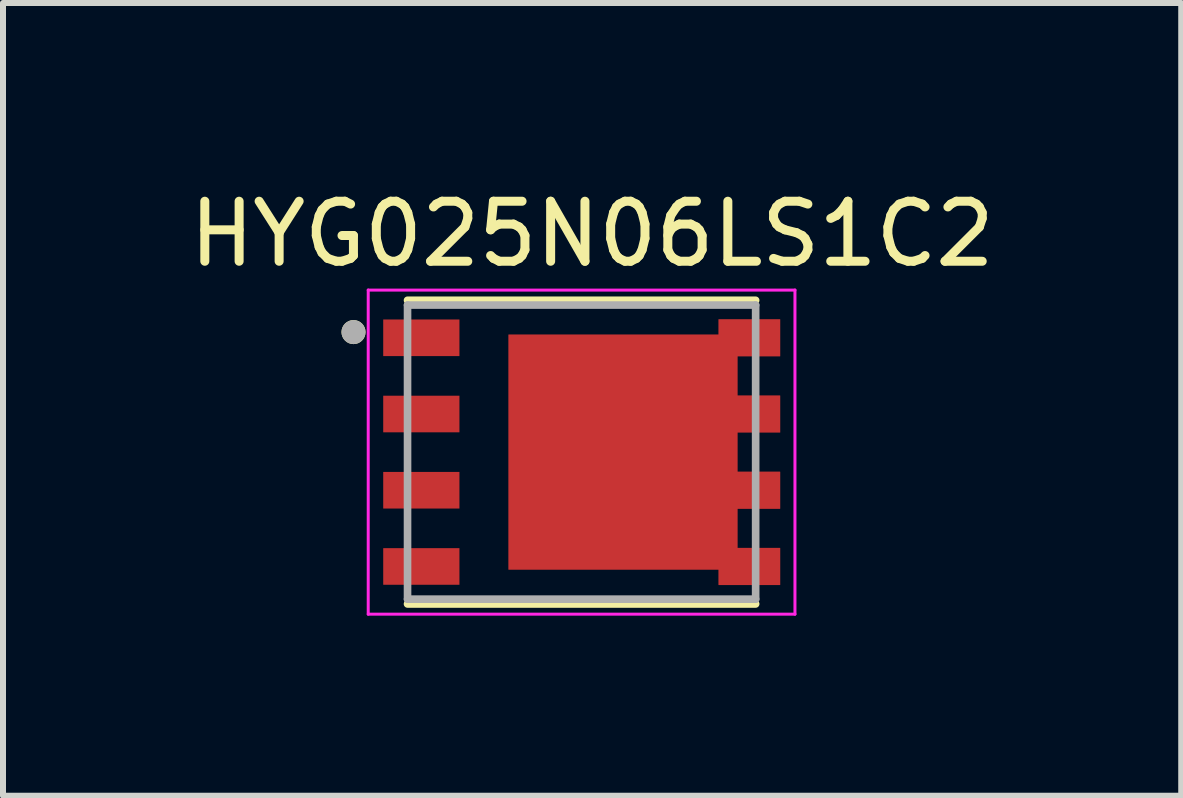
<source format=kicad_pcb>
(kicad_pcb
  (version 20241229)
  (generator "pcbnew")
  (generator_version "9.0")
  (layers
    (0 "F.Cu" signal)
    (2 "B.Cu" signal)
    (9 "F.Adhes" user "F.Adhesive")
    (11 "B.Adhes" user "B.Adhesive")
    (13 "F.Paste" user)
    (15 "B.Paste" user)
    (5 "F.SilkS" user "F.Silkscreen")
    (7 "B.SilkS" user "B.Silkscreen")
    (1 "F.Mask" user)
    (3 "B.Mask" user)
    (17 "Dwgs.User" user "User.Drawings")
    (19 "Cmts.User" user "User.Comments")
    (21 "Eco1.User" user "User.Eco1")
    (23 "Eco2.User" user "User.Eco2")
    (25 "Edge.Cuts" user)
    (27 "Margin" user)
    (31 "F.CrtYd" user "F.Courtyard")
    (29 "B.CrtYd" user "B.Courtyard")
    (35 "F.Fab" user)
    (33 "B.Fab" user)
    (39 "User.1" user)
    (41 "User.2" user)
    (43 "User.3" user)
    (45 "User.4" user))
  (footprint "HYG025N06LS1C2"
    (layer "F.Cu")
    (at 6.64 4.483)
    (property "Reference" "HYG025N06LS1C2" (at 0.175 -3.635 0) (layer "F.SilkS") (effects (font (size 1 1) (thickness 0.15))))
    (attr through_hole)
    (fp_poly (pts (xy -1.315 2.055) (xy -1.315 -2.055) (xy 2.185 -2.055) (xy 2.185 -2.31) (xy 3.405 -2.31) (xy 3.405 -1.5) (xy 2.695 -1.5) (xy 2.695 -1.04) (xy 3.405 -1.04) (xy 3.405 -0.23) (xy 2.695 -0.23) (xy 2.695 0.23) (xy 3.405 0.23) (xy 3.405 1.04) (xy 2.695 1.04) (xy 2.695 1.5) (xy 3.405 1.5) (xy 3.405 2.31) (xy 2.185 2.31) (xy 2.185 2.055)) (stroke (width 0.01) (type solid)) (fill yes) (layer "F.Mask"))
    (fp_line (start -2.9 2.53) (end 2.9 2.53) (stroke (width 0.127) (type solid)) (layer "F.SilkS"))
    (fp_line (start 2.9 -2.53) (end -2.9 -2.53) (stroke (width 0.127) (type solid)) (layer "F.SilkS"))
    (fp_circle (center -3.8 -2) (end -3.7 -2) (stroke (width 0.2) (type solid)) (fill no) (layer "F.SilkS"))
    (fp_poly (pts (xy -0.57 -1.235) (xy 1.64 -1.235) (xy 1.64 1.235) (xy -0.57 1.235)) (stroke (width 0.01) (type solid)) (fill yes) (layer "F.Paste"))
    (fp_poly (pts (xy 2.6 -2.21) (xy 3.305 -2.21) (xy 3.305 -1.6) (xy 2.6 -1.6)) (stroke (width 0.01) (type solid)) (fill yes) (layer "F.Paste"))
    (fp_poly (pts (xy 2.6 -0.94) (xy 3.305 -0.94) (xy 3.305 -0.33) (xy 2.6 -0.33)) (stroke (width 0.01) (type solid)) (fill yes) (layer "F.Paste"))
    (fp_poly (pts (xy 2.6 0.33) (xy 3.305 0.33) (xy 3.305 0.94) (xy 2.6 0.94)) (stroke (width 0.01) (type solid)) (fill yes) (layer "F.Paste"))
    (fp_poly (pts (xy 2.6 1.6) (xy 3.305 1.6) (xy 3.305 2.21) (xy 2.6 2.21)) (stroke (width 0.01) (type solid)) (fill yes) (layer "F.Paste"))
    (fp_line (start -3.555 -2.7) (end 3.555 -2.7) (stroke (width 0.05) (type solid)) (layer "F.CrtYd"))
    (fp_line (start -3.555 2.7) (end -3.555 -2.7) (stroke (width 0.05) (type solid)) (layer "F.CrtYd"))
    (fp_line (start 3.555 -2.7) (end 3.555 2.7) (stroke (width 0.05) (type solid)) (layer "F.CrtYd"))
    (fp_line (start 3.555 2.7) (end -3.555 2.7) (stroke (width 0.05) (type solid)) (layer "F.CrtYd"))
    (fp_line (start -2.9 -2.45) (end -2.9 2.45) (stroke (width 0.127) (type solid)) (layer "F.Fab"))
    (fp_line (start -2.9 2.45) (end 2.9 2.45) (stroke (width 0.127) (type solid)) (layer "F.Fab"))
    (fp_line (start 2.9 -2.45) (end -2.9 -2.45) (stroke (width 0.127) (type solid)) (layer "F.Fab"))
    (fp_line (start 2.9 2.45) (end 2.9 -2.45) (stroke (width 0.127) (type solid)) (layer "F.Fab"))
    (fp_circle (center -3.8 -2) (end -3.7 -2) (stroke (width 0.2) (type solid)) (fill no) (layer "F.Fab"))
    (pad "1" smd rect (at -2.67 -1.905) (size 1.27 0.61) (layers "F.Cu" "F.Mask" "F.Paste"))
    (pad "1" smd rect (at -2.67 -0.635) (size 1.27 0.61) (layers "F.Cu" "F.Mask" "F.Paste"))
    (pad "1" smd rect (at -2.67 0.635) (size 1.27 0.61) (layers "F.Cu" "F.Mask" "F.Paste"))
    (pad "2" smd custom (at 0.535 0) (size 0.5 0.5) (layers "F.Cu") (options (anchor rect)) (primitives (gr_poly (pts (xy -1.75 1.955) (xy -1.75 -1.955) (xy 1.75 -1.955) (xy 1.75 -2.21) (xy 2.77 -2.21) (xy 2.77 -1.6) (xy 2.06 -1.6) (xy 2.06 -0.94) (xy 2.77 -0.94) (xy 2.77 -0.33) (xy 2.06 -0.33) (xy 2.06 0.33) (xy 2.77 0.33) (xy 2.77 0.94) (xy 2.06 0.94) (xy 2.06 1.6) (xy 2.77 1.6) (xy 2.77 2.21) (xy 1.75 2.21) (xy 1.75 1.955)) (width 0.01) (fill yes))))
    (pad "3" smd rect (at -2.67 1.905) (size 1.27 0.61) (layers "F.Cu" "F.Mask" "F.Paste")))
  (gr_rect
    (start -3 -3)
    (end 16.631 10.208)
    (stroke (width 0.1) (type default))
    (fill no)
    (layer "Edge.Cuts")))
</source>
